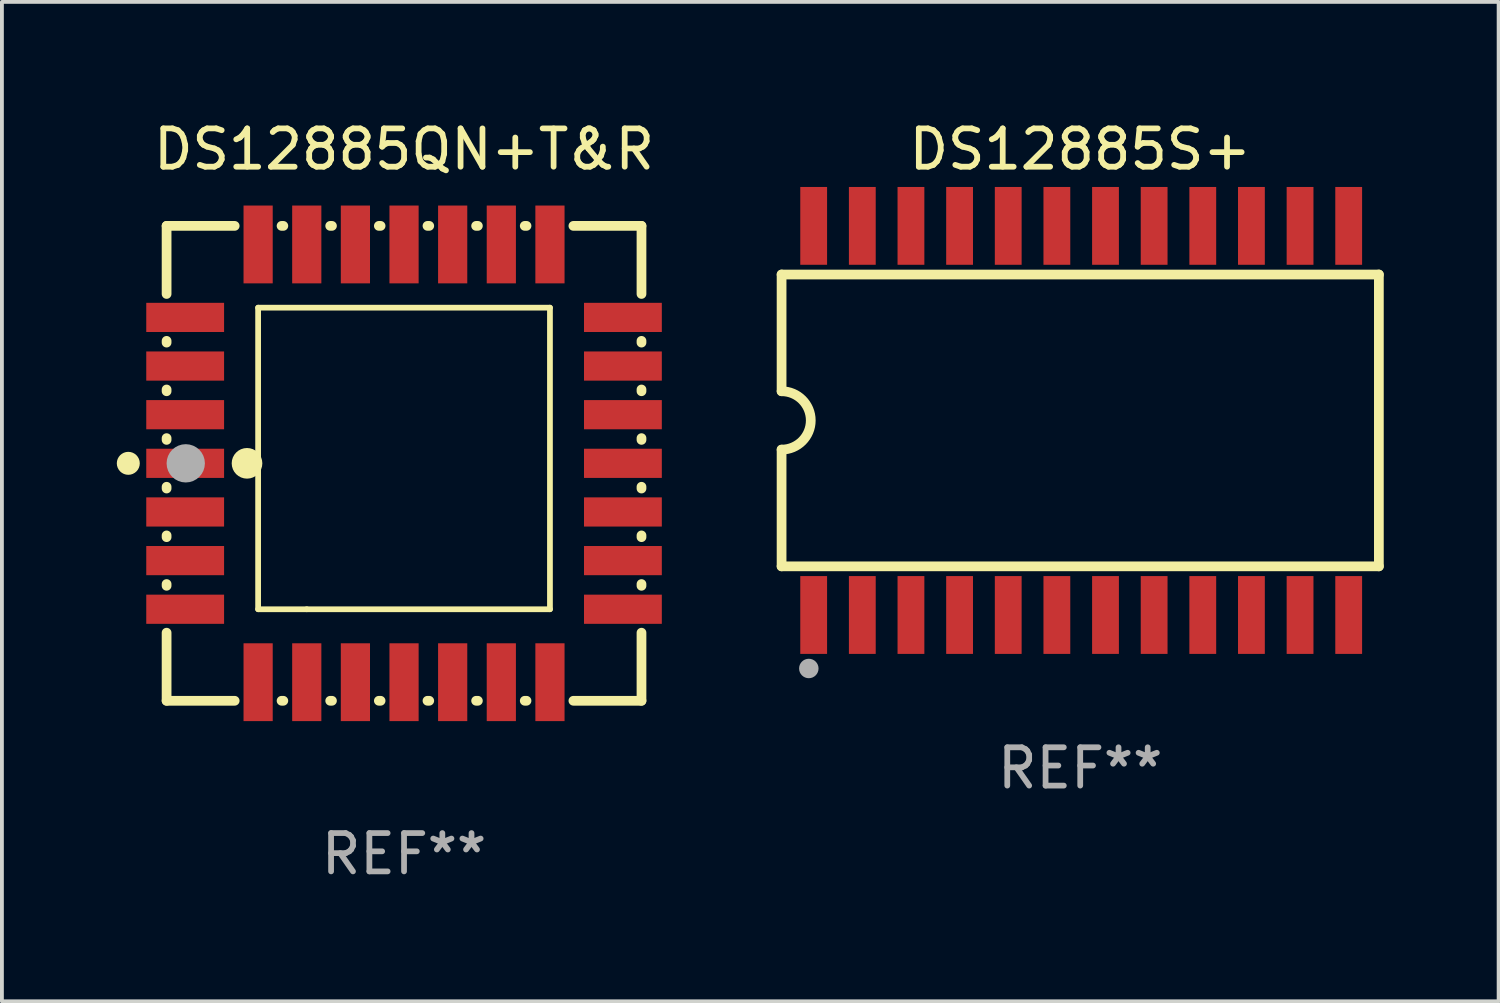
<source format=kicad_pcb>
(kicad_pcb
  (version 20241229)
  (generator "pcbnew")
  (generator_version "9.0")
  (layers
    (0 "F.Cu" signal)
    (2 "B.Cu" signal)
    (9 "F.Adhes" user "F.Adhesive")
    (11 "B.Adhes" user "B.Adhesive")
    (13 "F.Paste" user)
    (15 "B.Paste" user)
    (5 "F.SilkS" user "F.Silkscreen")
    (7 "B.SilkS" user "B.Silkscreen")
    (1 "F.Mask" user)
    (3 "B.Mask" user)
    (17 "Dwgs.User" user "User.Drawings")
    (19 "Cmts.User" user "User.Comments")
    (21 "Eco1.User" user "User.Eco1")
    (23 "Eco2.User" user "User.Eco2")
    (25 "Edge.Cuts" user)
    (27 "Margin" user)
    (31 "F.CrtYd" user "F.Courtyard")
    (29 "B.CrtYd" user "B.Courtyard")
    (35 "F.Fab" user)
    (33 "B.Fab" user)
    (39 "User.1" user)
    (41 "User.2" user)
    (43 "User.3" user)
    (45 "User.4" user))
  (footprint "DS12885S+"
    (layer "F.Cu")
    (at 25.156 7.928)
    (property "Reference" "DS12885S+" (at 0 -7.08 0) (layer "F.SilkS") (effects (font (size 1 1) (thickness 0.15))))
    (attr through_hole)
    (fp_line (start -7.798 -3.81) (end -7.798 -0.762) (stroke (width 0.254) (type solid)) (layer "F.SilkS"))
    (fp_line (start -7.798 3.81) (end -7.798 0.762) (stroke (width 0.254) (type solid)) (layer "F.SilkS"))
    (fp_line (start 7.798 -3.81) (end -7.798 -3.81) (stroke (width 0.254) (type solid)) (layer "F.SilkS"))
    (fp_line (start 7.798 3.81) (end -7.798 3.81) (stroke (width 0.254) (type solid)) (layer "F.SilkS"))
    (fp_line (start 7.798 3.81) (end 7.798 -3.81) (stroke (width 0.254) (type solid)) (layer "F.SilkS"))
    (fp_arc (start -7.797791 -0.762002) (mid -7.03579 -0.000001) (end -7.79779 0.762002) (stroke (width 0.254001) (type solid)) (layer "F.SilkS"))
    (fp_circle (center -7.825 3.75) (end -7.795 3.75) (stroke (width 0.06) (type solid)) (fill no) (layer "F.SilkS"))
    (fp_circle (center -7.087 6.477) (end -6.96 6.477) (stroke (width 0.254) (type solid)) (fill no) (layer "F.Fab"))
    (fp_text user "REF**" (at 0 9.08 0) (layer "F.Fab") (effects (font (size 1 1) (thickness 0.15))))
    (pad "1" smd rect (at -6.96 5.08 90) (size 2.032 0.7) (layers "F.Cu" "F.Mask" "F.Paste"))
    (pad "2" smd rect (at -5.69 5.08 90) (size 2.032 0.7) (layers "F.Cu" "F.Mask" "F.Paste"))
    (pad "3" smd rect (at -4.42 5.08 90) (size 2.032 0.7) (layers "F.Cu" "F.Mask" "F.Paste"))
    (pad "4" smd rect (at -3.15 5.08 90) (size 2.032 0.7) (layers "F.Cu" "F.Mask" "F.Paste"))
    (pad "5" smd rect (at -1.88 5.08 90) (size 2.032 0.7) (layers "F.Cu" "F.Mask" "F.Paste"))
    (pad "6" smd rect (at -0.61 5.08 90) (size 2.032 0.7) (layers "F.Cu" "F.Mask" "F.Paste"))
    (pad "7" smd rect (at 0.66 5.08 90) (size 2.032 0.7) (layers "F.Cu" "F.Mask" "F.Paste"))
    (pad "8" smd rect (at 1.93 5.08 90) (size 2.032 0.7) (layers "F.Cu" "F.Mask" "F.Paste"))
    (pad "9" smd rect (at 3.2 5.08 90) (size 2.032 0.7) (layers "F.Cu" "F.Mask" "F.Paste"))
    (pad "10" smd rect (at 4.47 5.08 90) (size 2.032 0.7) (layers "F.Cu" "F.Mask" "F.Paste"))
    (pad "11" smd rect (at 5.74 5.08 90) (size 2.032 0.7) (layers "F.Cu" "F.Mask" "F.Paste"))
    (pad "12" smd rect (at 7.01 5.08 90) (size 2.032 0.7) (layers "F.Cu" "F.Mask" "F.Paste"))
    (pad "13" smd rect (at 7.01 -5.08 90) (size 2.032 0.7) (layers "F.Cu" "F.Mask" "F.Paste"))
    (pad "14" smd rect (at 5.74 -5.08 90) (size 2.032 0.7) (layers "F.Cu" "F.Mask" "F.Paste"))
    (pad "15" smd rect (at 4.47 -5.08 90) (size 2.032 0.7) (layers "F.Cu" "F.Mask" "F.Paste"))
    (pad "16" smd rect (at 3.2 -5.08 90) (size 2.032 0.7) (layers "F.Cu" "F.Mask" "F.Paste"))
    (pad "17" smd rect (at 1.93 -5.08 90) (size 2.032 0.7) (layers "F.Cu" "F.Mask" "F.Paste"))
    (pad "18" smd rect (at 0.66 -5.08 90) (size 2.032 0.7) (layers "F.Cu" "F.Mask" "F.Paste"))
    (pad "19" smd rect (at -0.61 -5.08 90) (size 2.032 0.7) (layers "F.Cu" "F.Mask" "F.Paste"))
    (pad "20" smd rect (at -1.88 -5.08 90) (size 2.032 0.7) (layers "F.Cu" "F.Mask" "F.Paste"))
    (pad "21" smd rect (at -3.15 -5.08 90) (size 2.032 0.7) (layers "F.Cu" "F.Mask" "F.Paste"))
    (pad "22" smd rect (at -4.42 -5.08 90) (size 2.032 0.7) (layers "F.Cu" "F.Mask" "F.Paste"))
    (pad "23" smd rect (at -5.69 -5.08 90) (size 2.032 0.7) (layers "F.Cu" "F.Mask" "F.Paste"))
    (pad "24" smd rect (at -6.96 -5.08 90) (size 2.032 0.7) (layers "F.Cu" "F.Mask" "F.Paste")))
  (footprint "DS12885QN+T&R"
    (layer "F.Cu")
    (at 7.5 9.048)
    (property "Reference" "DS12885QN+T&R" (at 0 -8.2 0) (layer "F.SilkS") (effects (font (size 1 1) (thickness 0.15))))
    (attr through_hole)
    (fp_line (start -6.2 -6.2) (end -4.422 -6.2) (stroke (width 0.254) (type solid)) (layer "F.SilkS"))
    (fp_line (start -6.2 -4.422) (end -6.2 -6.2) (stroke (width 0.254) (type solid)) (layer "F.SilkS"))
    (fp_line (start -6.2 -3.152) (end -6.2 -3.198) (stroke (width 0.254) (type solid)) (layer "F.SilkS"))
    (fp_line (start -6.2 -1.882) (end -6.2 -1.928) (stroke (width 0.254) (type solid)) (layer "F.SilkS"))
    (fp_line (start -6.2 -0.612) (end -6.2 -0.658) (stroke (width 0.254) (type solid)) (layer "F.SilkS"))
    (fp_line (start -6.2 0.658) (end -6.2 0.612) (stroke (width 0.254) (type solid)) (layer "F.SilkS"))
    (fp_line (start -6.2 1.928) (end -6.2 1.882) (stroke (width 0.254) (type solid)) (layer "F.SilkS"))
    (fp_line (start -6.2 3.198) (end -6.2 3.152) (stroke (width 0.254) (type solid)) (layer "F.SilkS"))
    (fp_line (start -6.2 6.2) (end -6.2 4.422) (stroke (width 0.254) (type solid)) (layer "F.SilkS"))
    (fp_line (start -4.422 6.2) (end -6.2 6.2) (stroke (width 0.254) (type solid)) (layer "F.SilkS"))
    (fp_line (start -3.81 -4.064) (end 3.81 -4.064) (stroke (width 0.15) (type solid)) (layer "F.SilkS"))
    (fp_line (start -3.81 3.81) (end -3.81 -4.064) (stroke (width 0.15) (type solid)) (layer "F.SilkS"))
    (fp_line (start -3.198 -6.2) (end -3.152 -6.2) (stroke (width 0.254) (type solid)) (layer "F.SilkS"))
    (fp_line (start -3.152 6.2) (end -3.198 6.2) (stroke (width 0.254) (type solid)) (layer "F.SilkS"))
    (fp_line (start -2.54 3.81) (end -3.81 3.81) (stroke (width 0.15) (type solid)) (layer "F.SilkS"))
    (fp_line (start -1.928 -6.2) (end -1.882 -6.2) (stroke (width 0.254) (type solid)) (layer "F.SilkS"))
    (fp_line (start -1.882 6.2) (end -1.928 6.2) (stroke (width 0.254) (type solid)) (layer "F.SilkS"))
    (fp_line (start -0.658 -6.2) (end -0.612 -6.2) (stroke (width 0.254) (type solid)) (layer "F.SilkS"))
    (fp_line (start -0.612 6.2) (end -0.658 6.2) (stroke (width 0.254) (type solid)) (layer "F.SilkS"))
    (fp_line (start 0.612 -6.2) (end 0.658 -6.2) (stroke (width 0.254) (type solid)) (layer "F.SilkS"))
    (fp_line (start 0.658 6.2) (end 0.612 6.2) (stroke (width 0.254) (type solid)) (layer "F.SilkS"))
    (fp_line (start 1.882 -6.2) (end 1.928 -6.2) (stroke (width 0.254) (type solid)) (layer "F.SilkS"))
    (fp_line (start 1.928 6.2) (end 1.882 6.2) (stroke (width 0.254) (type solid)) (layer "F.SilkS"))
    (fp_line (start 3.152 -6.2) (end 3.198 -6.2) (stroke (width 0.254) (type solid)) (layer "F.SilkS"))
    (fp_line (start 3.198 6.2) (end 3.152 6.2) (stroke (width 0.254) (type solid)) (layer "F.SilkS"))
    (fp_line (start 3.81 -4.064) (end 3.81 3.81) (stroke (width 0.15) (type solid)) (layer "F.SilkS"))
    (fp_line (start 3.81 3.81) (end -2.54 3.81) (stroke (width 0.15) (type solid)) (layer "F.SilkS"))
    (fp_line (start 4.422 -6.2) (end 6.2 -6.2) (stroke (width 0.254) (type solid)) (layer "F.SilkS"))
    (fp_line (start 6.2 -6.2) (end 6.2 -4.422) (stroke (width 0.254) (type solid)) (layer "F.SilkS"))
    (fp_line (start 6.2 -3.198) (end 6.2 -3.152) (stroke (width 0.254) (type solid)) (layer "F.SilkS"))
    (fp_line (start 6.2 -1.928) (end 6.2 -1.882) (stroke (width 0.254) (type solid)) (layer "F.SilkS"))
    (fp_line (start 6.2 -0.658) (end 6.2 -0.612) (stroke (width 0.254) (type solid)) (layer "F.SilkS"))
    (fp_line (start 6.2 0.612) (end 6.2 0.658) (stroke (width 0.254) (type solid)) (layer "F.SilkS"))
    (fp_line (start 6.2 1.882) (end 6.2 1.928) (stroke (width 0.254) (type solid)) (layer "F.SilkS"))
    (fp_line (start 6.2 3.152) (end 6.2 3.198) (stroke (width 0.254) (type solid)) (layer "F.SilkS"))
    (fp_line (start 6.2 4.422) (end 6.2 6.2) (stroke (width 0.254) (type solid)) (layer "F.SilkS"))
    (fp_line (start 6.2 6.2) (end 4.422 6.2) (stroke (width 0.254) (type solid)) (layer "F.SilkS"))
    (fp_circle (center -7.2 0) (end -7.05 0) (stroke (width 0.3) (type solid)) (fill no) (layer "F.SilkS"))
    (fp_circle (center -6.223 6.223) (end -6.193 6.223) (stroke (width 0.06) (type solid)) (fill no) (layer "F.SilkS"))
    (fp_circle (center -4.1 0) (end -3.9 0) (stroke (width 0.4) (type solid)) (fill no) (layer "F.SilkS"))
    (fp_circle (center -5.7 0) (end -5.45 0) (stroke (width 0.5) (type solid)) (fill no) (layer "F.Fab"))
    (fp_text user "REF**" (at 0 10.2 0) (layer "F.Fab") (effects (font (size 1 1) (thickness 0.15))))
    (pad "1" smd rect (at -5.715 0) (size 2.032 0.762) (layers "F.Cu" "F.Mask" "F.Paste"))
    (pad "2" smd rect (at -5.715 1.27) (size 2.032 0.762) (layers "F.Cu" "F.Mask" "F.Paste"))
    (pad "3" smd rect (at -5.715 2.54) (size 2.032 0.762) (layers "F.Cu" "F.Mask" "F.Paste"))
    (pad "4" smd rect (at -5.715 3.81) (size 2.032 0.762) (layers "F.Cu" "F.Mask" "F.Paste"))
    (pad "5" smd rect (at -3.81 5.715) (size 0.762 2.032) (layers "F.Cu" "F.Mask" "F.Paste"))
    (pad "6" smd rect (at -2.54 5.715) (size 0.762 2.032) (layers "F.Cu" "F.Mask" "F.Paste"))
    (pad "7" smd rect (at -1.27 5.715) (size 0.762 2.032) (layers "F.Cu" "F.Mask" "F.Paste"))
    (pad "8" smd rect (at 0 5.715) (size 0.762 2.032) (layers "F.Cu" "F.Mask" "F.Paste"))
    (pad "9" smd rect (at 1.27 5.715) (size 0.762 2.032) (layers "F.Cu" "F.Mask" "F.Paste"))
    (pad "10" smd rect (at 2.54 5.715) (size 0.762 2.032) (layers "F.Cu" "F.Mask" "F.Paste"))
    (pad "11" smd rect (at 3.81 5.715) (size 0.762 2.032) (layers "F.Cu" "F.Mask" "F.Paste"))
    (pad "12" smd rect (at 5.715 3.81) (size 2.032 0.762) (layers "F.Cu" "F.Mask" "F.Paste"))
    (pad "13" smd rect (at 5.715 2.54) (size 2.032 0.762) (layers "F.Cu" "F.Mask" "F.Paste"))
    (pad "14" smd rect (at 5.715 1.27) (size 2.032 0.762) (layers "F.Cu" "F.Mask" "F.Paste"))
    (pad "15" smd rect (at 5.715 0) (size 2.032 0.762) (layers "F.Cu" "F.Mask" "F.Paste"))
    (pad "16" smd rect (at 5.715 -1.27) (size 2.032 0.762) (layers "F.Cu" "F.Mask" "F.Paste"))
    (pad "17" smd rect (at 5.715 -2.54) (size 2.032 0.762) (layers "F.Cu" "F.Mask" "F.Paste"))
    (pad "18" smd rect (at 5.715 -3.81) (size 2.032 0.762) (layers "F.Cu" "F.Mask" "F.Paste"))
    (pad "19" smd rect (at 3.81 -5.715) (size 0.762 2.032) (layers "F.Cu" "F.Mask" "F.Paste"))
    (pad "20" smd rect (at 2.54 -5.715) (size 0.762 2.032) (layers "F.Cu" "F.Mask" "F.Paste"))
    (pad "21" smd rect (at 1.27 -5.715) (size 0.762 2.032) (layers "F.Cu" "F.Mask" "F.Paste"))
    (pad "22" smd rect (at 0 -5.715) (size 0.762 2.032) (layers "F.Cu" "F.Mask" "F.Paste"))
    (pad "23" smd rect (at -1.27 -5.715) (size 0.762 2.032) (layers "F.Cu" "F.Mask" "F.Paste"))
    (pad "24" smd rect (at -2.54 -5.715) (size 0.762 2.032) (layers "F.Cu" "F.Mask" "F.Paste"))
    (pad "25" smd rect (at -3.81 -5.715) (size 0.762 2.032) (layers "F.Cu" "F.Mask" "F.Paste"))
    (pad "26" smd rect (at -5.715 -3.81) (size 2.032 0.762) (layers "F.Cu" "F.Mask" "F.Paste"))
    (pad "27" smd rect (at -5.715 -2.54) (size 2.032 0.762) (layers "F.Cu" "F.Mask" "F.Paste"))
    (pad "28" smd rect (at -5.715 -1.27) (size 2.032 0.762) (layers "F.Cu" "F.Mask" "F.Paste")))
  (gr_rect
    (start -3 -3)
    (end 36.081 23.096)
    (stroke (width 0.1) (type default))
    (fill no)
    (layer "Edge.Cuts")))
</source>
